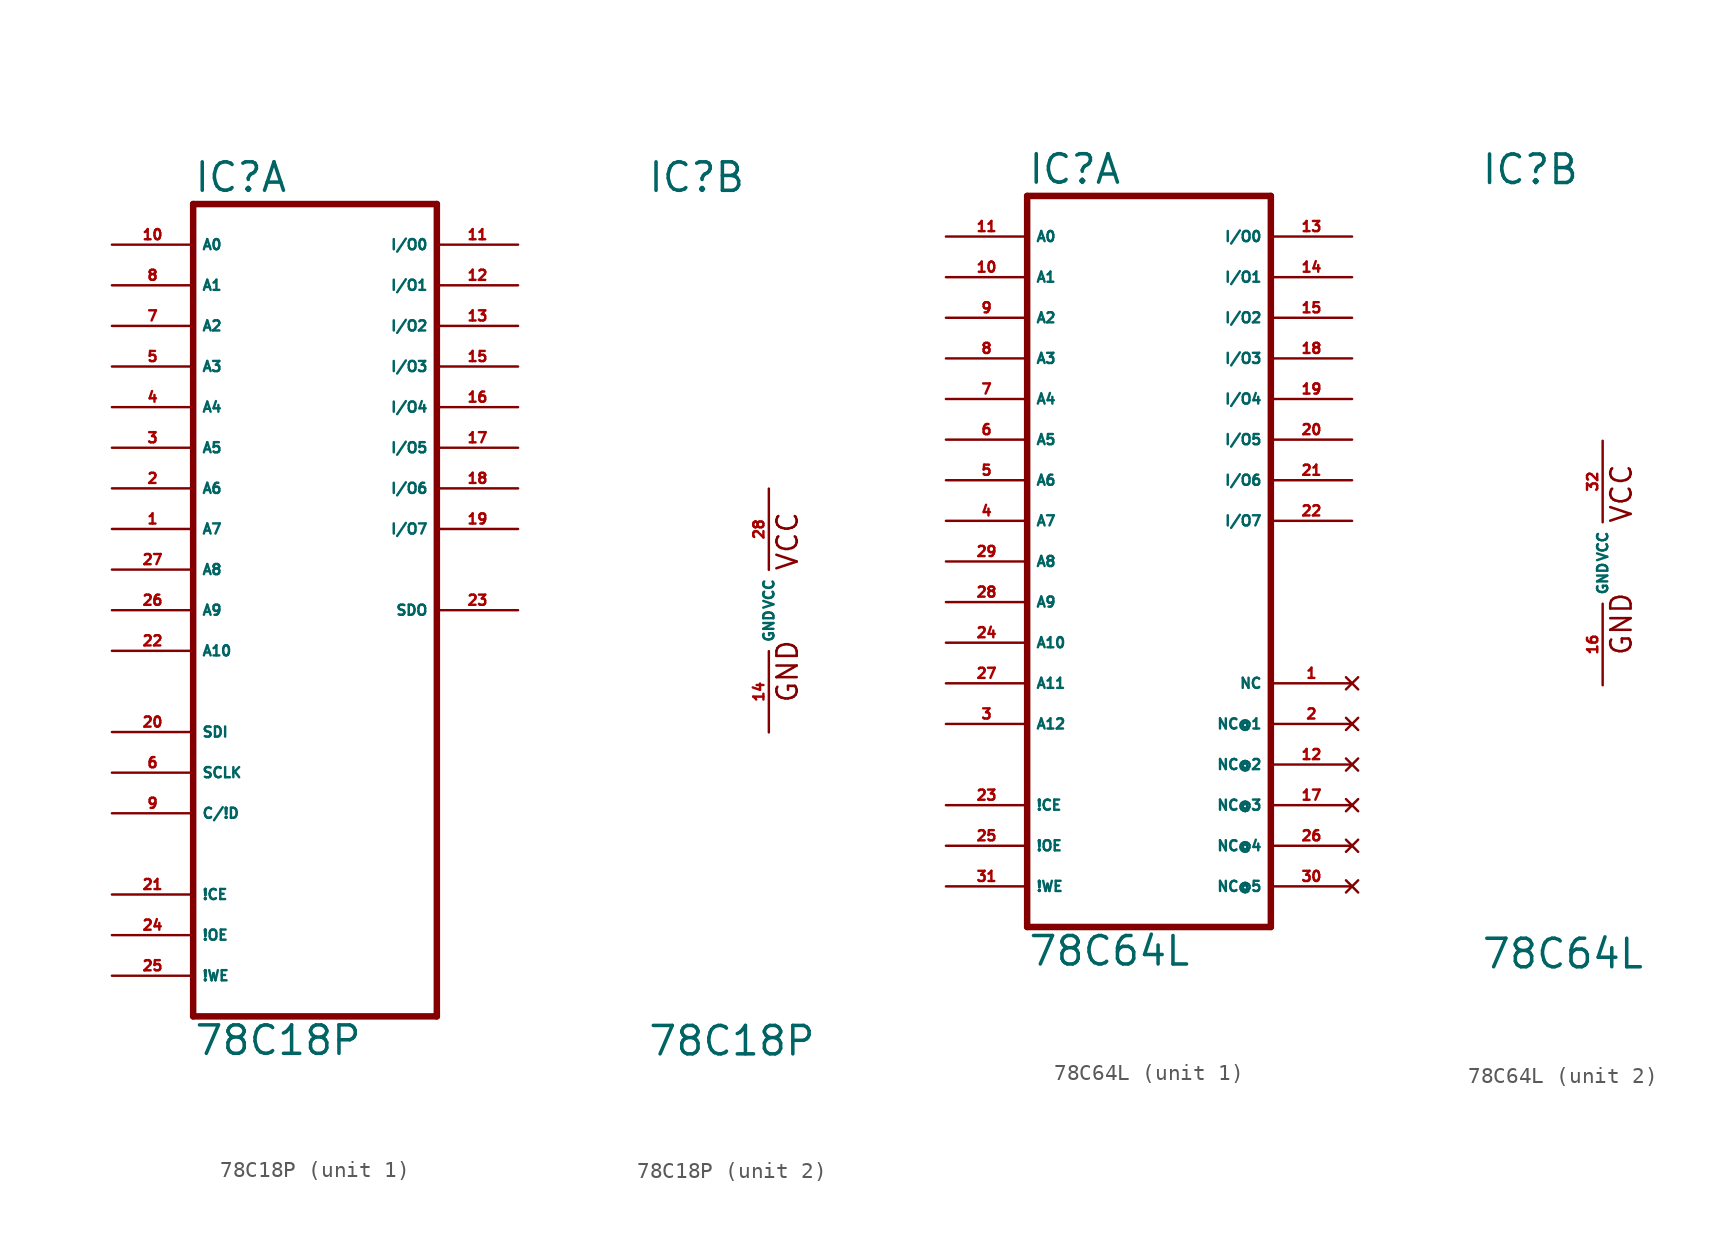
<source format=kicad_sym>
(kicad_symbol_lib
  (version 20220914)
  (generator Eagle2Kicad)
  (symbol "78C18P"
    (property "Reference" "IC"
      (at -7.62 26.035 0)
      (effects (font (size 1.778 1.778) (thickness 0.22)) (justify left bottom)))
    (property "Value" "78C18P"
      (at -7.62 -27.94 0)
      (effects (font (size 1.778 1.778) (thickness 0.22)) (justify left bottom)))
    (symbol "78C18P_1_0"
      (polyline (pts (xy -7.62 -25.4) (xy 7.62 -25.4)) (stroke (width 0.406) (type default)) (fill (type none)))
      (polyline (pts (xy 7.62 -25.4) (xy 7.62 25.4)) (stroke (width 0.406) (type default)) (fill (type none)))
      (polyline (pts (xy 7.62 25.4) (xy -7.62 25.4)) (stroke (width 0.406) (type default)) (fill (type none)))
      (polyline (pts (xy -7.62 25.4) (xy -7.62 -25.4)) (stroke (width 0.406) (type default)) (fill (type none)))
      (pin input line (at -12.7 20.32 0) (length 5.08) (name "A1" (effects (font (size 0.635 0.635) (thickness 0.08)) (justify left bottom))) (number "8" (effects (font (size 0.635 0.635) (thickness 0.08)) (justify left bottom))))
      (pin input line (at -12.7 17.78 0) (length 5.08) (name "A2" (effects (font (size 0.635 0.635) (thickness 0.08)) (justify left bottom))) (number "7" (effects (font (size 0.635 0.635) (thickness 0.08)) (justify left bottom))))
      (pin input line (at -12.7 15.24 0) (length 5.08) (name "A3" (effects (font (size 0.635 0.635) (thickness 0.08)) (justify left bottom))) (number "5" (effects (font (size 0.635 0.635) (thickness 0.08)) (justify left bottom))))
      (pin input line (at -12.7 12.7 0) (length 5.08) (name "A4" (effects (font (size 0.635 0.635) (thickness 0.08)) (justify left bottom))) (number "4" (effects (font (size 0.635 0.635) (thickness 0.08)) (justify left bottom))))
      (pin input line (at -12.7 10.16 0) (length 5.08) (name "A5" (effects (font (size 0.635 0.635) (thickness 0.08)) (justify left bottom))) (number "3" (effects (font (size 0.635 0.635) (thickness 0.08)) (justify left bottom))))
      (pin input line (at -12.7 7.62 0) (length 5.08) (name "A6" (effects (font (size 0.635 0.635) (thickness 0.08)) (justify left bottom))) (number "2" (effects (font (size 0.635 0.635) (thickness 0.08)) (justify left bottom))))
      (pin input line (at -12.7 5.08 0) (length 5.08) (name "A7" (effects (font (size 0.635 0.635) (thickness 0.08)) (justify left bottom))) (number "1" (effects (font (size 0.635 0.635) (thickness 0.08)) (justify left bottom))))
      (pin input line (at -12.7 2.54 0) (length 5.08) (name "A8" (effects (font (size 0.635 0.635) (thickness 0.08)) (justify left bottom))) (number "27" (effects (font (size 0.635 0.635) (thickness 0.08)) (justify left bottom))))
      (pin input line (at -12.7 0 0) (length 5.08) (name "A9" (effects (font (size 0.635 0.635) (thickness 0.08)) (justify left bottom))) (number "26" (effects (font (size 0.635 0.635) (thickness 0.08)) (justify left bottom))))
      (pin input line (at -12.7 -2.54 0) (length 5.08) (name "A10" (effects (font (size 0.635 0.635) (thickness 0.08)) (justify left bottom))) (number "22" (effects (font (size 0.635 0.635) (thickness 0.08)) (justify left bottom))))
      (pin input line (at -12.7 22.86 0) (length 5.08) (name "A0" (effects (font (size 0.635 0.635) (thickness 0.08)) (justify left bottom))) (number "10" (effects (font (size 0.635 0.635) (thickness 0.08)) (justify left bottom))))
      (pin input line (at -12.7 -7.62 0) (length 5.08) (name "SDI" (effects (font (size 0.635 0.635) (thickness 0.08)) (justify left bottom))) (number "20" (effects (font (size 0.635 0.635) (thickness 0.08)) (justify left bottom))))
      (pin input line (at -12.7 -10.16 0) (length 5.08) (name "SCLK" (effects (font (size 0.635 0.635) (thickness 0.08)) (justify left bottom))) (number "6" (effects (font (size 0.635 0.635) (thickness 0.08)) (justify left bottom))))
      (pin input line (at -12.7 -12.7 0) (length 5.08) (name "C/!D" (effects (font (size 0.635 0.635) (thickness 0.08)) (justify left bottom))) (number "9" (effects (font (size 0.635 0.635) (thickness 0.08)) (justify left bottom))))
      (pin input line (at -12.7 -17.78 0) (length 5.08) (name "!CE" (effects (font (size 0.635 0.635) (thickness 0.08)) (justify left bottom))) (number "21" (effects (font (size 0.635 0.635) (thickness 0.08)) (justify left bottom))))
      (pin input line (at -12.7 -20.32 0) (length 5.08) (name "!OE" (effects (font (size 0.635 0.635) (thickness 0.08)) (justify left bottom))) (number "24" (effects (font (size 0.635 0.635) (thickness 0.08)) (justify left bottom))))
      (pin input line (at -12.7 -22.86 0) (length 5.08) (name "!WE" (effects (font (size 0.635 0.635) (thickness 0.08)) (justify left bottom))) (number "25" (effects (font (size 0.635 0.635) (thickness 0.08)) (justify left bottom))))
      (pin bidirectional line (at 12.7 22.86 180) (length 5.08) (name "I/O0" (effects (font (size 0.635 0.635) (thickness 0.08)) (justify left bottom))) (number "11" (effects (font (size 0.635 0.635) (thickness 0.08)) (justify left bottom))))
      (pin bidirectional line (at 12.7 20.32 180) (length 5.08) (name "I/O1" (effects (font (size 0.635 0.635) (thickness 0.08)) (justify left bottom))) (number "12" (effects (font (size 0.635 0.635) (thickness 0.08)) (justify left bottom))))
      (pin bidirectional line (at 12.7 17.78 180) (length 5.08) (name "I/O2" (effects (font (size 0.635 0.635) (thickness 0.08)) (justify left bottom))) (number "13" (effects (font (size 0.635 0.635) (thickness 0.08)) (justify left bottom))))
      (pin bidirectional line (at 12.7 15.24 180) (length 5.08) (name "I/O3" (effects (font (size 0.635 0.635) (thickness 0.08)) (justify left bottom))) (number "15" (effects (font (size 0.635 0.635) (thickness 0.08)) (justify left bottom))))
      (pin bidirectional line (at 12.7 12.7 180) (length 5.08) (name "I/O4" (effects (font (size 0.635 0.635) (thickness 0.08)) (justify left bottom))) (number "16" (effects (font (size 0.635 0.635) (thickness 0.08)) (justify left bottom))))
      (pin bidirectional line (at 12.7 10.16 180) (length 5.08) (name "I/O5" (effects (font (size 0.635 0.635) (thickness 0.08)) (justify left bottom))) (number "17" (effects (font (size 0.635 0.635) (thickness 0.08)) (justify left bottom))))
      (pin bidirectional line (at 12.7 7.62 180) (length 5.08) (name "I/O6" (effects (font (size 0.635 0.635) (thickness 0.08)) (justify left bottom))) (number "18" (effects (font (size 0.635 0.635) (thickness 0.08)) (justify left bottom))))
      (pin bidirectional line (at 12.7 5.08 180) (length 5.08) (name "I/O7" (effects (font (size 0.635 0.635) (thickness 0.08)) (justify left bottom))) (number "19" (effects (font (size 0.635 0.635) (thickness 0.08)) (justify left bottom))))
      (pin bidirectional line (at 12.7 0 180) (length 5.08) (name "SDO" (effects (font (size 0.635 0.635) (thickness 0.08)) (justify left bottom))) (number "23" (effects (font (size 0.635 0.635) (thickness 0.08)) (justify left bottom)))))
    (symbol "78C18P_2_0"
      (text "GND" (at 1.905 -5.842 900) (effects (font (size 1.27 1.27) (thickness 0.16)) (justify left bottom)))
      (text "VCC" (at 1.905 2.413 900) (effects (font (size 1.27 1.27) (thickness 0.16)) (justify left bottom)))
      (pin unspecified line (at 0 7.62 270) (length 5.08) (name "VCC" (effects (font (size 0.635 0.635) (thickness 0.08)) (justify left bottom))) (number "28" (effects (font (size 0.635 0.635) (thickness 0.08)) (justify left bottom))))
      (pin unspecified line (at 0 -7.62 90) (length 5.08) (name "GND" (effects (font (size 0.635 0.635) (thickness 0.08)) (justify left bottom))) (number "14" (effects (font (size 0.635 0.635) (thickness 0.08)) (justify left bottom))))))
  (symbol "78C64L"
    (property "Reference" "IC"
      (at -7.62 23.495 0)
      (effects (font (size 1.778 1.778) (thickness 0.22)) (justify left bottom)))
    (property "Value" "78C64L"
      (at -7.62 -25.4 0)
      (effects (font (size 1.778 1.778) (thickness 0.22)) (justify left bottom)))
    (symbol "78C64L_1_0"
      (polyline (pts (xy -7.62 -22.86) (xy 7.62 -22.86)) (stroke (width 0.406) (type default)) (fill (type none)))
      (polyline (pts (xy 7.62 -22.86) (xy 7.62 22.86)) (stroke (width 0.406) (type default)) (fill (type none)))
      (polyline (pts (xy 7.62 22.86) (xy -7.62 22.86)) (stroke (width 0.406) (type default)) (fill (type none)))
      (polyline (pts (xy -7.62 22.86) (xy -7.62 -22.86)) (stroke (width 0.406) (type default)) (fill (type none)))
      (pin input line (at -12.7 20.32 0) (length 5.08) (name "A0" (effects (font (size 0.635 0.635) (thickness 0.08)) (justify left bottom))) (number "11" (effects (font (size 0.635 0.635) (thickness 0.08)) (justify left bottom))))
      (pin input line (at -12.7 17.78 0) (length 5.08) (name "A1" (effects (font (size 0.635 0.635) (thickness 0.08)) (justify left bottom))) (number "10" (effects (font (size 0.635 0.635) (thickness 0.08)) (justify left bottom))))
      (pin input line (at -12.7 15.24 0) (length 5.08) (name "A2" (effects (font (size 0.635 0.635) (thickness 0.08)) (justify left bottom))) (number "9" (effects (font (size 0.635 0.635) (thickness 0.08)) (justify left bottom))))
      (pin input line (at -12.7 12.7 0) (length 5.08) (name "A3" (effects (font (size 0.635 0.635) (thickness 0.08)) (justify left bottom))) (number "8" (effects (font (size 0.635 0.635) (thickness 0.08)) (justify left bottom))))
      (pin input line (at -12.7 10.16 0) (length 5.08) (name "A4" (effects (font (size 0.635 0.635) (thickness 0.08)) (justify left bottom))) (number "7" (effects (font (size 0.635 0.635) (thickness 0.08)) (justify left bottom))))
      (pin input line (at -12.7 7.62 0) (length 5.08) (name "A5" (effects (font (size 0.635 0.635) (thickness 0.08)) (justify left bottom))) (number "6" (effects (font (size 0.635 0.635) (thickness 0.08)) (justify left bottom))))
      (pin input line (at -12.7 5.08 0) (length 5.08) (name "A6" (effects (font (size 0.635 0.635) (thickness 0.08)) (justify left bottom))) (number "5" (effects (font (size 0.635 0.635) (thickness 0.08)) (justify left bottom))))
      (pin input line (at -12.7 2.54 0) (length 5.08) (name "A7" (effects (font (size 0.635 0.635) (thickness 0.08)) (justify left bottom))) (number "4" (effects (font (size 0.635 0.635) (thickness 0.08)) (justify left bottom))))
      (pin input line (at -12.7 0 0) (length 5.08) (name "A8" (effects (font (size 0.635 0.635) (thickness 0.08)) (justify left bottom))) (number "29" (effects (font (size 0.635 0.635) (thickness 0.08)) (justify left bottom))))
      (pin input line (at -12.7 -2.54 0) (length 5.08) (name "A9" (effects (font (size 0.635 0.635) (thickness 0.08)) (justify left bottom))) (number "28" (effects (font (size 0.635 0.635) (thickness 0.08)) (justify left bottom))))
      (pin input line (at -12.7 -5.08 0) (length 5.08) (name "A10" (effects (font (size 0.635 0.635) (thickness 0.08)) (justify left bottom))) (number "24" (effects (font (size 0.635 0.635) (thickness 0.08)) (justify left bottom))))
      (pin input line (at -12.7 -7.62 0) (length 5.08) (name "A11" (effects (font (size 0.635 0.635) (thickness 0.08)) (justify left bottom))) (number "27" (effects (font (size 0.635 0.635) (thickness 0.08)) (justify left bottom))))
      (pin input line (at -12.7 -10.16 0) (length 5.08) (name "A12" (effects (font (size 0.635 0.635) (thickness 0.08)) (justify left bottom))) (number "3" (effects (font (size 0.635 0.635) (thickness 0.08)) (justify left bottom))))
      (pin input line (at -12.7 -15.24 0) (length 5.08) (name "!CE" (effects (font (size 0.635 0.635) (thickness 0.08)) (justify left bottom))) (number "23" (effects (font (size 0.635 0.635) (thickness 0.08)) (justify left bottom))))
      (pin input line (at -12.7 -17.78 0) (length 5.08) (name "!OE" (effects (font (size 0.635 0.635) (thickness 0.08)) (justify left bottom))) (number "25" (effects (font (size 0.635 0.635) (thickness 0.08)) (justify left bottom))))
      (pin input line (at -12.7 -20.32 0) (length 5.08) (name "!WE" (effects (font (size 0.635 0.635) (thickness 0.08)) (justify left bottom))) (number "31" (effects (font (size 0.635 0.635) (thickness 0.08)) (justify left bottom))))
      (pin bidirectional line (at 12.7 20.32 180) (length 5.08) (name "I/O0" (effects (font (size 0.635 0.635) (thickness 0.08)) (justify left bottom))) (number "13" (effects (font (size 0.635 0.635) (thickness 0.08)) (justify left bottom))))
      (pin bidirectional line (at 12.7 17.78 180) (length 5.08) (name "I/O1" (effects (font (size 0.635 0.635) (thickness 0.08)) (justify left bottom))) (number "14" (effects (font (size 0.635 0.635) (thickness 0.08)) (justify left bottom))))
      (pin bidirectional line (at 12.7 15.24 180) (length 5.08) (name "I/O2" (effects (font (size 0.635 0.635) (thickness 0.08)) (justify left bottom))) (number "15" (effects (font (size 0.635 0.635) (thickness 0.08)) (justify left bottom))))
      (pin bidirectional line (at 12.7 12.7 180) (length 5.08) (name "I/O3" (effects (font (size 0.635 0.635) (thickness 0.08)) (justify left bottom))) (number "18" (effects (font (size 0.635 0.635) (thickness 0.08)) (justify left bottom))))
      (pin bidirectional line (at 12.7 10.16 180) (length 5.08) (name "I/O4" (effects (font (size 0.635 0.635) (thickness 0.08)) (justify left bottom))) (number "19" (effects (font (size 0.635 0.635) (thickness 0.08)) (justify left bottom))))
      (pin bidirectional line (at 12.7 7.62 180) (length 5.08) (name "I/O5" (effects (font (size 0.635 0.635) (thickness 0.08)) (justify left bottom))) (number "20" (effects (font (size 0.635 0.635) (thickness 0.08)) (justify left bottom))))
      (pin bidirectional line (at 12.7 5.08 180) (length 5.08) (name "I/O6" (effects (font (size 0.635 0.635) (thickness 0.08)) (justify left bottom))) (number "21" (effects (font (size 0.635 0.635) (thickness 0.08)) (justify left bottom))))
      (pin bidirectional line (at 12.7 2.54 180) (length 5.08) (name "I/O7" (effects (font (size 0.635 0.635) (thickness 0.08)) (justify left bottom))) (number "22" (effects (font (size 0.635 0.635) (thickness 0.08)) (justify left bottom))))
      (pin no_connect line (at 12.7 -10.16 180) (length 5.08) (name "NC@1" (effects (font (size 0.635 0.635) (thickness 0.08)) (justify left bottom) hide)) (number "2" (effects (font (size 0.635 0.635) (thickness 0.08)) (justify left bottom) hide)))
      (pin no_connect line (at 12.7 -7.62 180) (length 5.08) (name "NC" (effects (font (size 0.635 0.635) (thickness 0.08)) (justify left bottom) hide)) (number "1" (effects (font (size 0.635 0.635) (thickness 0.08)) (justify left bottom) hide)))
      (pin no_connect line (at 12.7 -12.7 180) (length 5.08) (name "NC@2" (effects (font (size 0.635 0.635) (thickness 0.08)) (justify left bottom) hide)) (number "12" (effects (font (size 0.635 0.635) (thickness 0.08)) (justify left bottom) hide)))
      (pin no_connect line (at 12.7 -15.24 180) (length 5.08) (name "NC@3" (effects (font (size 0.635 0.635) (thickness 0.08)) (justify left bottom) hide)) (number "17" (effects (font (size 0.635 0.635) (thickness 0.08)) (justify left bottom) hide)))
      (pin no_connect line (at 12.7 -17.78 180) (length 5.08) (name "NC@4" (effects (font (size 0.635 0.635) (thickness 0.08)) (justify left bottom) hide)) (number "26" (effects (font (size 0.635 0.635) (thickness 0.08)) (justify left bottom) hide)))
      (pin no_connect line (at 12.7 -20.32 180) (length 5.08) (name "NC@5" (effects (font (size 0.635 0.635) (thickness 0.08)) (justify left bottom) hide)) (number "30" (effects (font (size 0.635 0.635) (thickness 0.08)) (justify left bottom) hide))))
    (symbol "78C64L_2_0"
      (text "GND" (at 1.905 -5.842 900) (effects (font (size 1.27 1.27) (thickness 0.16)) (justify left bottom)))
      (text "VCC" (at 1.905 2.413 900) (effects (font (size 1.27 1.27) (thickness 0.16)) (justify left bottom)))
      (pin unspecified line (at 0 7.62 270) (length 5.08) (name "VCC" (effects (font (size 0.635 0.635) (thickness 0.08)) (justify left bottom))) (number "32" (effects (font (size 0.635 0.635) (thickness 0.08)) (justify left bottom))))
      (pin unspecified line (at 0 -7.62 90) (length 5.08) (name "GND" (effects (font (size 0.635 0.635) (thickness 0.08)) (justify left bottom))) (number "16" (effects (font (size 0.635 0.635) (thickness 0.08)) (justify left bottom)))))))
</source>
